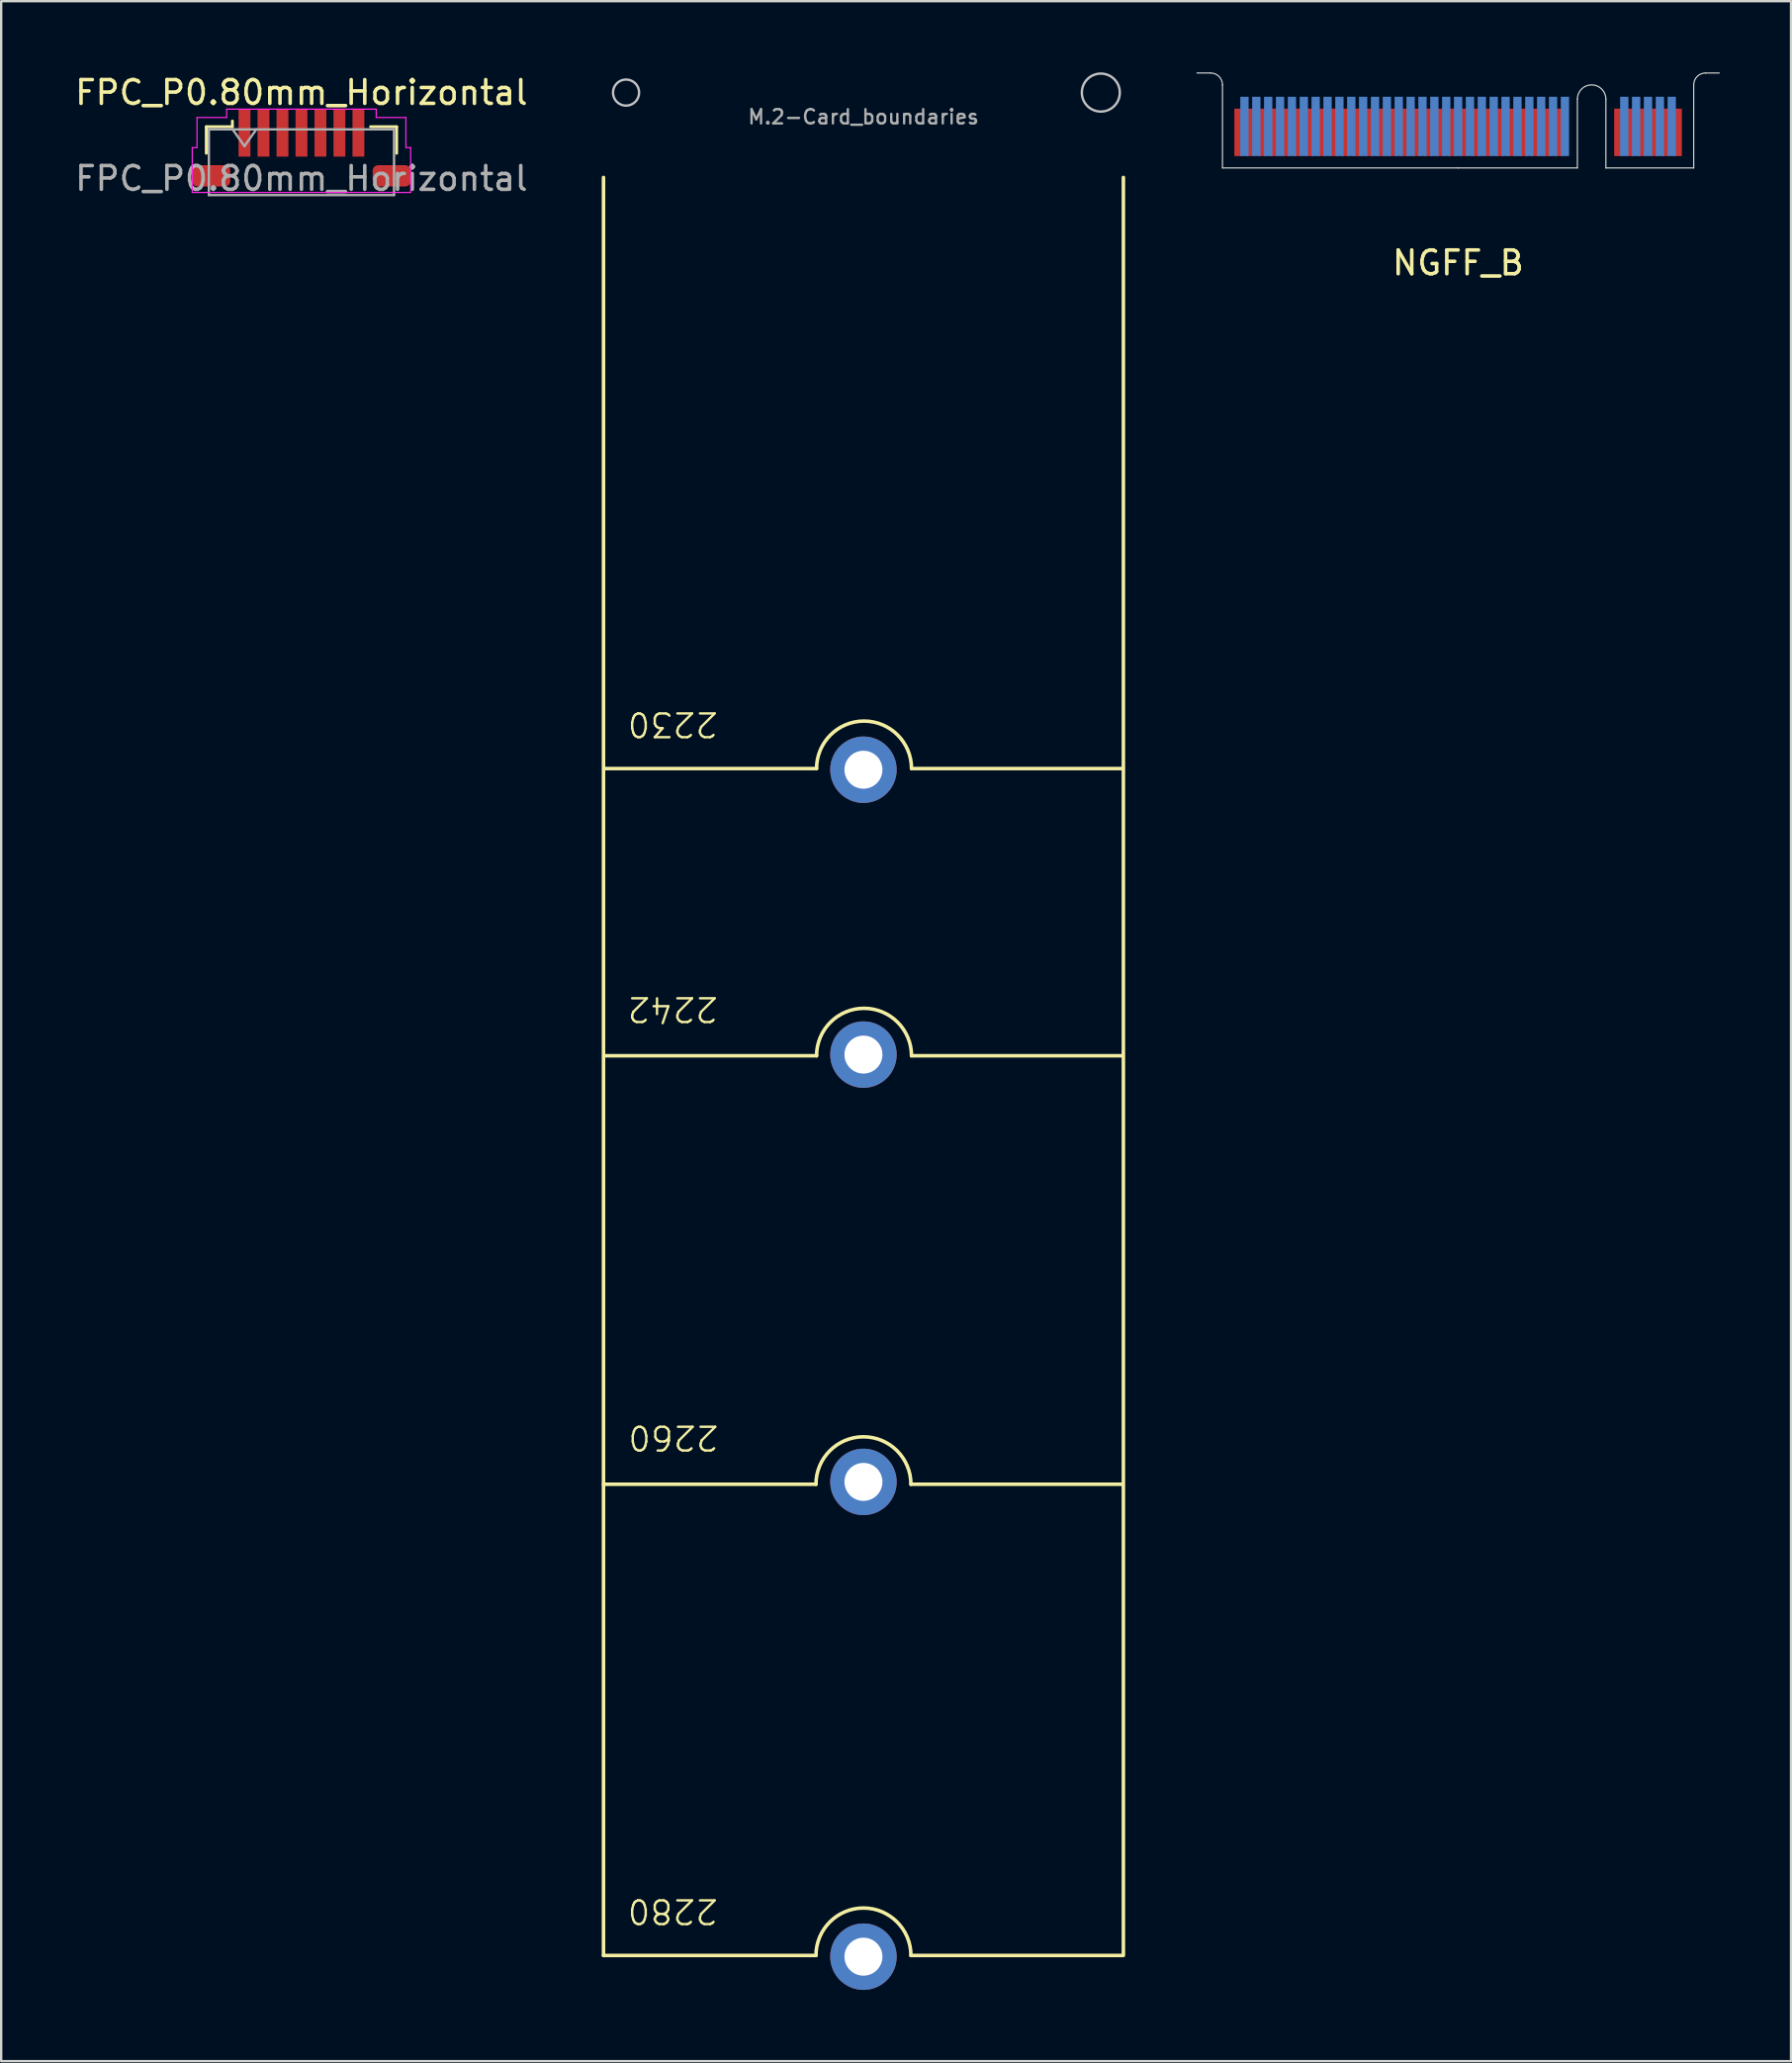
<source format=kicad_pcb>
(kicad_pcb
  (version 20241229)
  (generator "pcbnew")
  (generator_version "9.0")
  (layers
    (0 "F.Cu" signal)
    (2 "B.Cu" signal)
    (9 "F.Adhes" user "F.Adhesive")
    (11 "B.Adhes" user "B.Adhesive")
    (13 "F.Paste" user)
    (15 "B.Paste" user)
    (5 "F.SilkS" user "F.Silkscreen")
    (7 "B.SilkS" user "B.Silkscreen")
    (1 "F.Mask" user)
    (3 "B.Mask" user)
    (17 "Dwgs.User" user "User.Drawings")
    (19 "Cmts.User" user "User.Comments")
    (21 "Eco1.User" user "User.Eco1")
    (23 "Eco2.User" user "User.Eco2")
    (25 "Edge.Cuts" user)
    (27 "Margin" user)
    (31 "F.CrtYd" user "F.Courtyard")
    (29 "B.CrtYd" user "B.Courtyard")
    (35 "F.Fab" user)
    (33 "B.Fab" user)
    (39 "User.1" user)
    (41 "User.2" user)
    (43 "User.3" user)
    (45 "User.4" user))
  (footprint "M.2-Card_boundaries"
    (layer "F.Cu")
    (at 33.323 0.875)
    (property "Reference" "M.2-Card_boundaries" (at 0 1 0) (layer "F.Fab") (effects (font (size 0.6 0.6) (thickness 0.1))))
    (attr through_hole)
    (fp_line (start -10.95 3.55) (end -10.95 78.45) (stroke (width 0.15) (type solid)) (layer "F.SilkS"))
    (fp_line (start -10.95 58.6) (end -2 58.6) (stroke (width 0.15) (type default)) (layer "F.SilkS"))
    (fp_line (start -10.95 78.45) (end -2 78.45) (stroke (width 0.15) (type default)) (layer "F.SilkS"))
    (fp_line (start -10.925 28.45) (end -1.975 28.45) (stroke (width 0.15) (type default)) (layer "F.SilkS"))
    (fp_line (start -10.925 40.55) (end -1.975 40.55) (stroke (width 0.15) (type default)) (layer "F.SilkS"))
    (fp_line (start 2 58.6) (end 10.9 58.6) (stroke (width 0.15) (type default)) (layer "F.SilkS"))
    (fp_line (start 2 78.45) (end 10.9 78.45) (stroke (width 0.15) (type default)) (layer "F.SilkS"))
    (fp_line (start 2.025 28.45) (end 10.925 28.45) (stroke (width 0.15) (type default)) (layer "F.SilkS"))
    (fp_line (start 2.025 40.55) (end 10.925 40.55) (stroke (width 0.15) (type default)) (layer "F.SilkS"))
    (fp_line (start 10.95 3.55) (end 10.95 78.45) (stroke (width 0.15) (type solid)) (layer "F.SilkS"))
    (fp_arc (start -2 58.6) (mid 0 56.6) (end 2 58.6) (stroke (width 0.15) (type default)) (layer "F.SilkS"))
    (fp_arc (start -2 78.45) (mid 0 76.45) (end 2 78.45) (stroke (width 0.15) (type default)) (layer "F.SilkS"))
    (fp_arc (start -1.975 28.45) (mid 0.025 26.45) (end 2.025 28.45) (stroke (width 0.15) (type default)) (layer "F.SilkS"))
    (fp_arc (start -1.975 40.55) (mid 0.025 38.55) (end 2.025 40.55) (stroke (width 0.15) (type default)) (layer "F.SilkS"))
    (fp_circle (center -10 -0.025) (end -9.45 -0.025) (stroke (width 0.1) (type solid)) (fill no) (layer "Dwgs.User"))
    (fp_circle (center 10 -0.025) (end 10.8 -0.025) (stroke (width 0.1) (type solid)) (fill no) (layer "Dwgs.User"))
    (fp_text user "2230" (at -10 26 180) (unlocked yes) (layer "F.SilkS") (effects (font (size 1 1) (thickness 0.1)) (justify right bottom)))
    (fp_text user "2260" (at -9.975 56.05 180) (unlocked yes) (layer "F.SilkS") (effects (font (size 1 1) (thickness 0.1)) (justify right bottom)))
    (fp_text user "2280" (at -10 76 180) (unlocked yes) (layer "F.SilkS") (effects (font (size 1 1) (thickness 0.1)) (justify right bottom)))
    (fp_text user "2242" (at -10 38 180) (unlocked yes) (layer "F.SilkS") (effects (font (size 1 1) (thickness 0.1)) (justify right bottom)))
    (pad "1" thru_hole circle (at 0 28.5) (size 2.8 2.8) (drill 1.6) (layers "*.Cu" "*.Mask"))
    (pad "1" thru_hole circle (at 0 40.5) (size 2.8 2.8) (drill 1.6) (layers "*.Cu" "*.Mask"))
    (pad "1" thru_hole circle (at 0 58.5) (size 2.8 2.8) (drill 1.6) (layers "*.Cu" "*.Mask"))
    (pad "1" thru_hole circle (at 0 78.5) (size 2.8 2.8) (drill 1.6) (layers "*.Cu" "*.Mask")))
  (footprint "FPC_P0.80mm_Horizontal"
    (layer "F.Cu")
    (at 9.649 3.658)
    (property "Reference" "FPC_P0.80mm_Horizontal" (at 0 -2.81 0) (layer "F.SilkS") (effects (font (size 1 1) (thickness 0.15))))
    (attr smd)
    (fp_line (start -4.01 -1.37) (end -2.91 -1.37) (stroke (width 0.12) (type solid)) (layer "F.SilkS"))
    (fp_line (start -4.01 -0.25) (end -4.01 -1.37) (stroke (width 0.12) (type solid)) (layer "F.SilkS"))
    (fp_line (start -2.91 -1.37) (end -2.91 -1.61) (stroke (width 0.12) (type solid)) (layer "F.SilkS"))
    (fp_line (start 4.01 -1.37) (end 2.91 -1.37) (stroke (width 0.12) (type solid)) (layer "F.SilkS"))
    (fp_line (start 4.01 -0.25) (end 4.01 -1.37) (stroke (width 0.12) (type solid)) (layer "F.SilkS"))
    (fp_line (start -4.6 -0.49) (end -4.4 -0.49) (stroke (width 0.05) (type solid)) (layer "F.CrtYd"))
    (fp_line (start -4.6 1.4) (end -4.6 -0.49) (stroke (width 0.05) (type solid)) (layer "F.CrtYd"))
    (fp_line (start -4.4 -1.76) (end -3.15 -1.76) (stroke (width 0.05) (type solid)) (layer "F.CrtYd"))
    (fp_line (start -4.4 -0.49) (end -4.4 -1.76) (stroke (width 0.05) (type solid)) (layer "F.CrtYd"))
    (fp_line (start -3.15 -2.11) (end 3.15 -2.11) (stroke (width 0.05) (type solid)) (layer "F.CrtYd"))
    (fp_line (start -3.15 -1.76) (end -3.15 -2.11) (stroke (width 0.05) (type solid)) (layer "F.CrtYd"))
    (fp_line (start 3.15 -2.11) (end 3.15 -1.76) (stroke (width 0.05) (type solid)) (layer "F.CrtYd"))
    (fp_line (start 3.15 -1.76) (end 4.4 -1.76) (stroke (width 0.05) (type solid)) (layer "F.CrtYd"))
    (fp_line (start 4.4 -1.76) (end 4.4 -0.49) (stroke (width 0.05) (type solid)) (layer "F.CrtYd"))
    (fp_line (start 4.4 -0.49) (end 4.6 -0.49) (stroke (width 0.05) (type solid)) (layer "F.CrtYd"))
    (fp_line (start 4.6 -0.49) (end 4.6 1.4) (stroke (width 0.05) (type solid)) (layer "F.CrtYd"))
    (fp_line (start 4.6 1.4) (end -4.6 1.4) (stroke (width 0.05) (type solid)) (layer "F.CrtYd"))
    (fp_line (start -3.9 -1.26) (end -3.9 1.51) (stroke (width 0.1) (type solid)) (layer "F.Fab"))
    (fp_line (start -3.9 -1.26) (end 3.9 -1.26) (stroke (width 0.1) (type solid)) (layer "F.Fab"))
    (fp_line (start -3.9 1.51) (end 3.9 1.51) (stroke (width 0.1) (type solid)) (layer "F.Fab"))
    (fp_line (start -2.9 -1.26) (end -2.4 -0.553) (stroke (width 0.1) (type solid)) (layer "F.Fab"))
    (fp_line (start -2.4 -0.553) (end -1.9 -1.26) (stroke (width 0.1) (type solid)) (layer "F.Fab"))
    (fp_line (start 3.9 -1.26) (end 3.9 1.51) (stroke (width 0.1) (type solid)) (layer "F.Fab"))
    (fp_text user "${REFERENCE}" (at 0 0.81 0) (layer "F.Fab") (effects (font (size 1 1) (thickness 0.15))))
    (pad "1" smd rect (at -2.4 -1.11) (size 0.5 2) (layers "F.Cu" "F.Mask" "F.Paste"))
    (pad "2" smd rect (at -1.6 -1.11) (size 0.5 2) (layers "F.Cu" "F.Mask" "F.Paste"))
    (pad "3" smd rect (at -0.8 -1.11) (size 0.5 2) (layers "F.Cu" "F.Mask" "F.Paste"))
    (pad "4" smd rect (at 0 -1.11) (size 0.5 2) (layers "F.Cu" "F.Mask" "F.Paste"))
    (pad "5" smd rect (at 0.8 -1.11) (size 0.5 2) (layers "F.Cu" "F.Mask" "F.Paste"))
    (pad "6" smd rect (at 1.6 -1.11) (size 0.5 2) (layers "F.Cu" "F.Mask" "F.Paste"))
    (pad "7" smd rect (at 2.4 -1.11) (size 0.5 2) (layers "F.Cu" "F.Mask" "F.Paste"))
    (pad "MP" smd roundrect (at -3.8 0.7 90) (size 0.9 1.6) (layers "F.Cu" "F.Mask" "F.Paste") (roundrect_rratio 0.25))
    (pad "MP" smd roundrect (at 3.8 0.7 90) (size 0.9 1.6) (layers "F.Cu" "F.Mask" "F.Paste") (roundrect_rratio 0.25)))
  (footprint "NGFF_B"
    (layer "F.Cu")
    (at 58.373 4.025)
    (property "Reference" "NGFF_B" (at 0 4 0) (layer "F.SilkS") (effects (font (size 1 1) (thickness 0.15))))
    (attr through_hole)
    (fp_poly (pts (xy -9.925 0) (xy 5.025 0) (xy 5.025 -2.525) (xy -9.925 -2.525)) (stroke (width 0.1) (type solid)) (fill yes) (layer "F.Mask"))
    (fp_poly (pts (xy 6.225 0) (xy 9.925 0) (xy 9.925 -2.5) (xy 6.225 -2.5)) (stroke (width 0.1) (type solid)) (fill yes) (layer "F.Mask"))
    (fp_poly (pts (xy -9.925 0) (xy 5.025 0) (xy 5.025 -3) (xy -9.925 -3)) (stroke (width 0.1) (type solid)) (fill yes) (layer "B.Mask"))
    (fp_poly (pts (xy 6.225 0) (xy 9.925 0) (xy 9.925 -3) (xy 6.225 -3)) (stroke (width 0.1) (type solid)) (fill yes) (layer "B.Mask"))
    (fp_line (start -11 -4) (end -10.425 -4) (stroke (width 0.05) (type solid)) (layer "Edge.Cuts"))
    (fp_line (start -9.925 -3.5) (end -9.925 0) (stroke (width 0.05) (type solid)) (layer "Edge.Cuts"))
    (fp_line (start -9.925 0) (end 0 0) (stroke (width 0.05) (type solid)) (layer "Edge.Cuts"))
    (fp_line (start 0 0) (end 5.025 0) (stroke (width 0.05) (type solid)) (layer "Edge.Cuts"))
    (fp_line (start 5.025 0) (end 5.025 -2.9) (stroke (width 0.05) (type solid)) (layer "Edge.Cuts"))
    (fp_line (start 6.225 -2.9) (end 6.225 0) (stroke (width 0.05) (type solid)) (layer "Edge.Cuts"))
    (fp_line (start 6.225 0) (end 9.925 0) (stroke (width 0.05) (type solid)) (layer "Edge.Cuts"))
    (fp_line (start 9.925 0) (end 9.925 -3.5) (stroke (width 0.05) (type solid)) (layer "Edge.Cuts"))
    (fp_line (start 10.425 -4) (end 11 -4) (stroke (width 0.05) (type solid)) (layer "Edge.Cuts"))
    (fp_arc (start -10.425 -4) (mid -10.071447 -3.853553) (end -9.925 -3.5) (stroke (width 0.05) (type solid)) (layer "Edge.Cuts"))
    (fp_arc (start 5.025 -2.9) (mid 5.625 -3.5) (end 6.225 -2.9) (stroke (width 0.05) (type solid)) (layer "Edge.Cuts"))
    (fp_arc (start 9.925 -3.5) (mid 10.071447 -3.853553) (end 10.425 -4) (stroke (width 0.05) (type solid)) (layer "Edge.Cuts"))
    (pad "1" smd rect (at 9.25 -1.5) (size 0.35 2) (layers "F.Cu"))
    (pad "2" smd rect (at 9 -1.75) (size 0.35 2.5) (layers "B.Cu"))
    (pad "3" smd rect (at 8.75 -1.5) (size 0.35 2) (layers "F.Cu"))
    (pad "4" smd rect (at 8.5 -1.75) (size 0.35 2.5) (layers "B.Cu"))
    (pad "5" smd rect (at 8.25 -1.5) (size 0.35 2) (layers "F.Cu"))
    (pad "6" smd rect (at 8 -1.75) (size 0.35 2.5) (layers "B.Cu"))
    (pad "7" smd rect (at 7.75 -1.5) (size 0.35 2) (layers "F.Cu"))
    (pad "8" smd rect (at 7.5 -1.75) (size 0.35 2.5) (layers "B.Cu"))
    (pad "9" smd rect (at 7.25 -1.5) (size 0.35 2) (layers "F.Cu"))
    (pad "10" smd rect (at 7 -1.75) (size 0.35 2.5) (layers "B.Cu"))
    (pad "11" smd rect (at 6.75 -1.5) (size 0.35 2) (layers "F.Cu"))
    (pad "20" smd rect (at 4.5 -1.75) (size 0.35 2.5) (layers "B.Cu"))
    (pad "21" smd rect (at 4.25 -1.5) (size 0.35 2) (layers "F.Cu"))
    (pad "22" smd rect (at 4 -1.75) (size 0.35 2.5) (layers "B.Cu"))
    (pad "23" smd rect (at 3.75 -1.5) (size 0.35 2) (layers "F.Cu"))
    (pad "24" smd rect (at 3.5 -1.75) (size 0.35 2.5) (layers "B.Cu"))
    (pad "25" smd rect (at 3.25 -1.5) (size 0.35 2) (layers "F.Cu"))
    (pad "26" smd rect (at 3 -1.75) (size 0.35 2.5) (layers "B.Cu"))
    (pad "27" smd rect (at 2.75 -1.5) (size 0.35 2) (layers "F.Cu"))
    (pad "28" smd rect (at 2.5 -1.75) (size 0.35 2.5) (layers "B.Cu"))
    (pad "29" smd rect (at 2.25 -1.5) (size 0.35 2) (layers "F.Cu"))
    (pad "30" smd rect (at 2 -1.75) (size 0.35 2.5) (layers "B.Cu"))
    (pad "31" smd rect (at 1.75 -1.5) (size 0.35 2) (layers "F.Cu"))
    (pad "32" smd rect (at 1.5 -1.75) (size 0.35 2.5) (layers "B.Cu"))
    (pad "33" smd rect (at 1.25 -1.5) (size 0.35 2) (layers "F.Cu"))
    (pad "34" smd rect (at 1 -1.75) (size 0.35 2.5) (layers "B.Cu"))
    (pad "35" smd rect (at 0.75 -1.5) (size 0.35 2) (layers "F.Cu"))
    (pad "36" smd rect (at 0.5 -1.75) (size 0.35 2.5) (layers "B.Cu"))
    (pad "37" smd rect (at 0.25 -1.5) (size 0.35 2) (layers "F.Cu"))
    (pad "38" smd rect (at 0 -1.75) (size 0.35 2.5) (layers "B.Cu"))
    (pad "39" smd rect (at -0.25 -1.5) (size 0.35 2) (layers "F.Cu"))
    (pad "40" smd rect (at -0.5 -1.75) (size 0.35 2.5) (layers "B.Cu"))
    (pad "41" smd rect (at -0.75 -1.5) (size 0.35 2) (layers "F.Cu"))
    (pad "42" smd rect (at -1 -1.75) (size 0.35 2.5) (layers "B.Cu"))
    (pad "43" smd rect (at -1.25 -1.5) (size 0.35 2) (layers "F.Cu"))
    (pad "44" smd rect (at -1.5 -1.75) (size 0.35 2.5) (layers "B.Cu"))
    (pad "45" smd rect (at -1.75 -1.5) (size 0.35 2) (layers "F.Cu"))
    (pad "46" smd rect (at -2 -1.75) (size 0.35 2.5) (layers "B.Cu"))
    (pad "47" smd rect (at -2.25 -1.5) (size 0.35 2) (layers "F.Cu"))
    (pad "48" smd rect (at -2.5 -1.75) (size 0.35 2.5) (layers "B.Cu"))
    (pad "49" smd rect (at -2.75 -1.5) (size 0.35 2) (layers "F.Cu"))
    (pad "50" smd rect (at -3 -1.75) (size 0.35 2.5) (layers "B.Cu"))
    (pad "51" smd rect (at -3.25 -1.5) (size 0.35 2) (layers "F.Cu"))
    (pad "52" smd rect (at -3.5 -1.75) (size 0.35 2.5) (layers "B.Cu"))
    (pad "53" smd rect (at -3.75 -1.5) (size 0.35 2) (layers "F.Cu"))
    (pad "54" smd rect (at -4 -1.75) (size 0.35 2.5) (layers "B.Cu"))
    (pad "55" smd rect (at -4.25 -1.5) (size 0.35 2) (layers "F.Cu"))
    (pad "56" smd rect (at -4.5 -1.75) (size 0.35 2.5) (layers "B.Cu"))
    (pad "57" smd rect (at -4.75 -1.5) (size 0.35 2) (layers "F.Cu"))
    (pad "58" smd rect (at -5 -1.75) (size 0.35 2.5) (layers "B.Cu"))
    (pad "59" smd rect (at -5.25 -1.5) (size 0.35 2) (layers "F.Cu"))
    (pad "60" smd rect (at -5.5 -1.75) (size 0.35 2.5) (layers "B.Cu"))
    (pad "61" smd rect (at -5.75 -1.5) (size 0.35 2) (layers "F.Cu"))
    (pad "62" smd rect (at -6 -1.75) (size 0.35 2.5) (layers "B.Cu"))
    (pad "63" smd rect (at -6.25 -1.5) (size 0.35 2) (layers "F.Cu"))
    (pad "64" smd rect (at -6.5 -1.75) (size 0.35 2.5) (layers "B.Cu"))
    (pad "65" smd rect (at -6.75 -1.5) (size 0.35 2) (layers "F.Cu"))
    (pad "66" smd rect (at -7 -1.75) (size 0.35 2.5) (layers "B.Cu"))
    (pad "67" smd rect (at -7.25 -1.5) (size 0.35 2) (layers "F.Cu"))
    (pad "68" smd rect (at -7.5 -1.75) (size 0.35 2.5) (layers "B.Cu"))
    (pad "69" smd rect (at -7.75 -1.5) (size 0.35 2) (layers "F.Cu"))
    (pad "70" smd rect (at -8 -1.75) (size 0.35 2.5) (layers "B.Cu"))
    (pad "71" smd rect (at -8.25 -1.5) (size 0.35 2) (layers "F.Cu"))
    (pad "72" smd rect (at -8.5 -1.75) (size 0.35 2.5) (layers "B.Cu"))
    (pad "73" smd rect (at -8.75 -1.5) (size 0.35 2) (layers "F.Cu"))
    (pad "74" smd rect (at -9 -1.75) (size 0.35 2.5) (layers "B.Cu"))
    (pad "75" smd rect (at -9.25 -1.5) (size 0.35 2) (layers "F.Cu")))
  (gr_rect
    (start -3 -3)
    (end 72.398 83.775)
    (stroke (width 0.1) (type default))
    (fill no)
    (layer "Edge.Cuts")))
</source>
